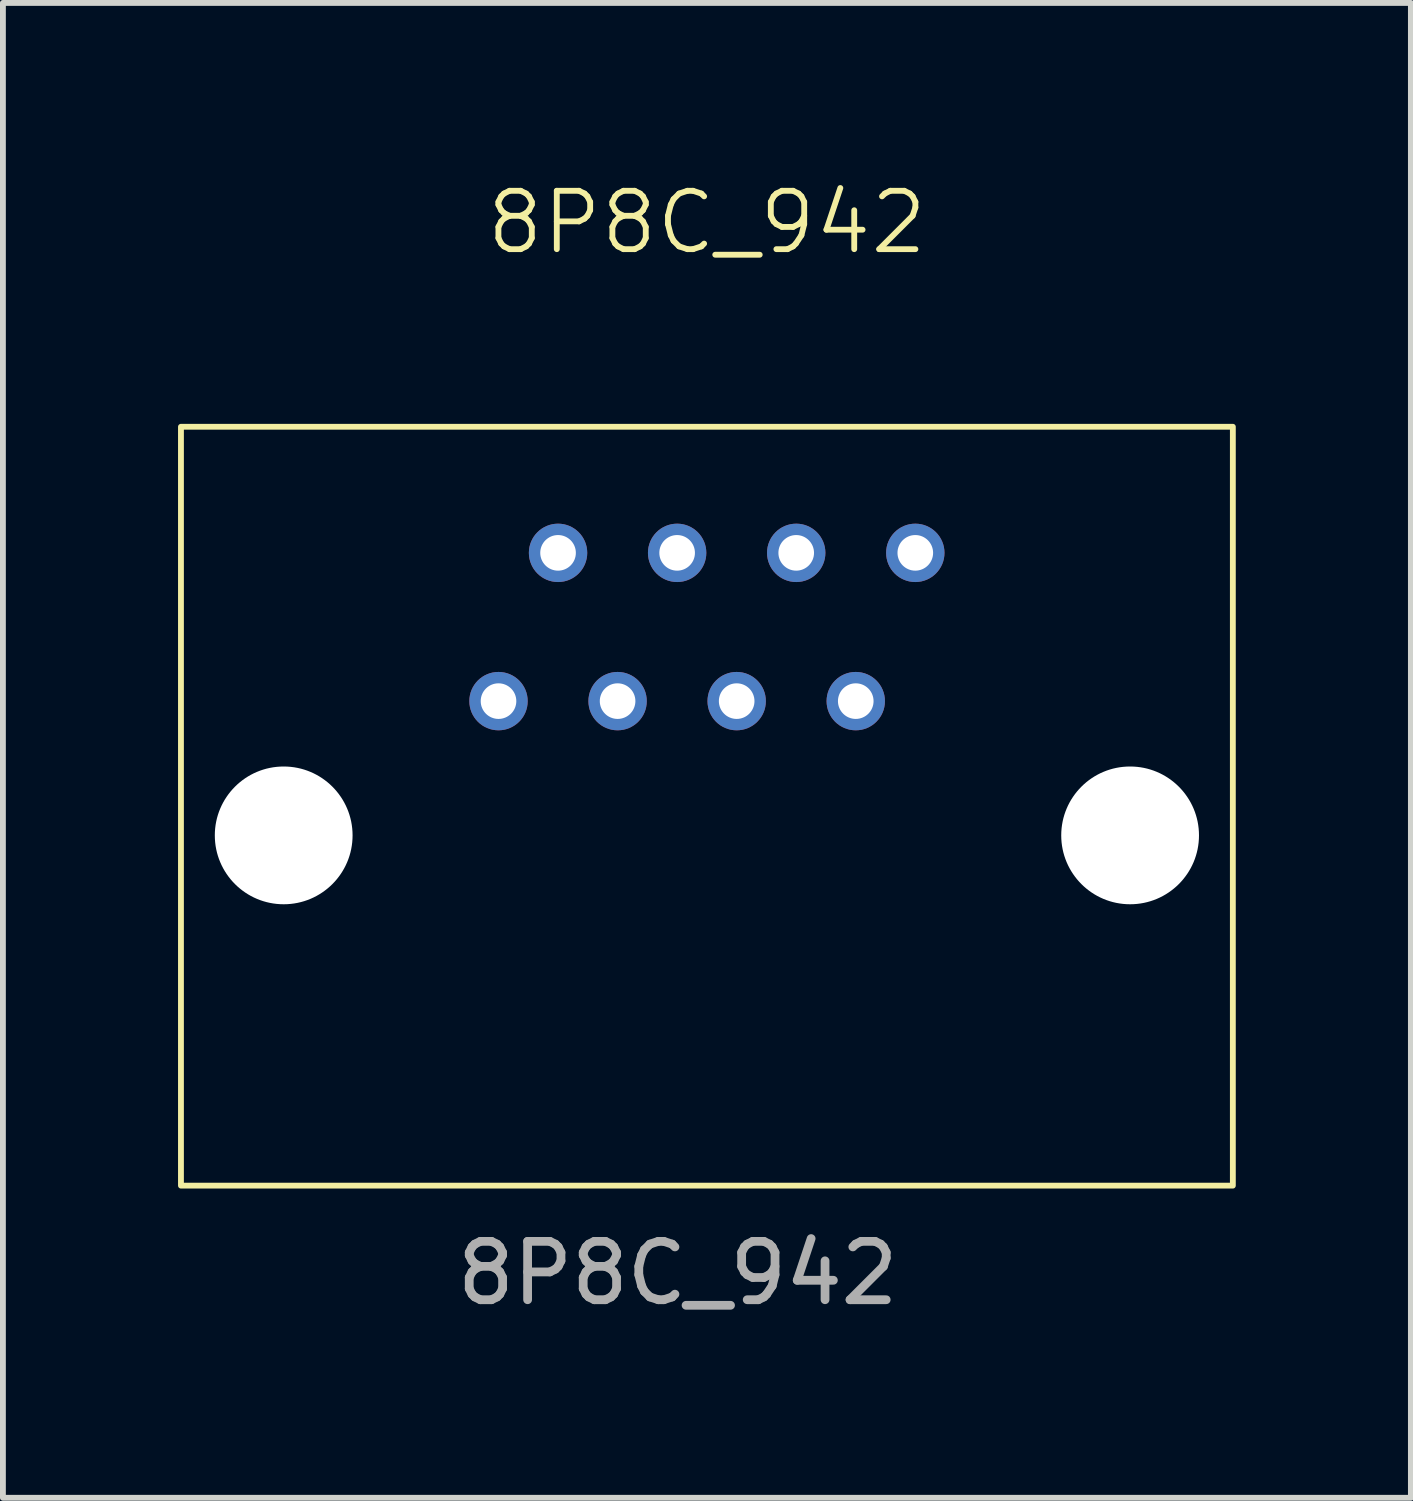
<source format=kicad_pcb>
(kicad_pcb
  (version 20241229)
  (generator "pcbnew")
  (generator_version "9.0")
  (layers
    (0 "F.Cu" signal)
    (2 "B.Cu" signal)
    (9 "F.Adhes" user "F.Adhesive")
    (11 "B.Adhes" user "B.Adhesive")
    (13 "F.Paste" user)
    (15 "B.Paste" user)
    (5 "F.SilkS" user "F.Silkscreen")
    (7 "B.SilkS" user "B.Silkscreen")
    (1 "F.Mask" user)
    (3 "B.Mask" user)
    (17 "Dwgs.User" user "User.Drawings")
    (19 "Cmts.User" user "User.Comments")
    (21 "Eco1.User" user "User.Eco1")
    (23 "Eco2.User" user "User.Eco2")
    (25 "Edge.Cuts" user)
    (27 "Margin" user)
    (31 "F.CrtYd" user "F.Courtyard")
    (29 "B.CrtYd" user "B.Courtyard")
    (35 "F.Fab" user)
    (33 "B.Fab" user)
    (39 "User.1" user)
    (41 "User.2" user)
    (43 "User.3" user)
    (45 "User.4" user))
  (footprint "8P8C_942"
    (layer "F.Cu")
    (at 9.06 10.761)
    (property "Reference" "8P8C_942" (at 0 -10 0) (unlocked yes) (layer "F.SilkS") (effects (font (size 1 1) (thickness 0.1))))
    (attr smd)
    (fp_rect (start -9.01 6.5) (end 9.01 -6.5) (stroke (width 0.1) (type solid)) (fill no) (layer "F.SilkS"))
    (fp_text user "${REFERENCE}" (at -0.5 8 0) (unlocked yes) (layer "F.Fab") (effects (font (size 1 1) (thickness 0.15))))
    (pad "" np_thru_hole circle (at -7.25 0.5) (size 2.36 2.36) (drill 2.36) (layers "*.Cu" "*.Mask"))
    (pad "" np_thru_hole circle (at 7.25 0.5) (size 2.36 2.36) (drill 2.36) (layers "*.Cu" "*.Mask"))
    (pad "1" thru_hole circle (at -2.55 -4.34) (size 1 1) (drill 0.61) (layers "*.Cu" "*.Mask"))
    (pad "2" thru_hole circle (at -0.51 -4.34) (size 1 1) (drill 0.61) (layers "*.Cu" "*.Mask"))
    (pad "3" thru_hole circle (at 1.53 -4.34) (size 1 1) (drill 0.61) (layers "*.Cu" "*.Mask"))
    (pad "4" thru_hole circle (at 3.57 -4.34) (size 1 1) (drill 0.61) (layers "*.Cu" "*.Mask"))
    (pad "5" thru_hole circle (at -3.57 -1.8) (size 1 1) (drill 0.61) (layers "*.Cu" "*.Mask"))
    (pad "6" thru_hole circle (at -1.53 -1.8) (size 1 1) (drill 0.61) (layers "*.Cu" "*.Mask"))
    (pad "7" thru_hole circle (at 0.51 -1.8) (size 1 1) (drill 0.61) (layers "*.Cu" "*.Mask"))
    (pad "8" thru_hole circle (at 2.55 -1.8) (size 1 1) (drill 0.61) (layers "*.Cu" "*.Mask")))
  (gr_rect
    (start -3 -3)
    (end 21.12 22.609)
    (stroke (width 0.1) (type default))
    (fill no)
    (layer "Edge.Cuts")))
</source>
